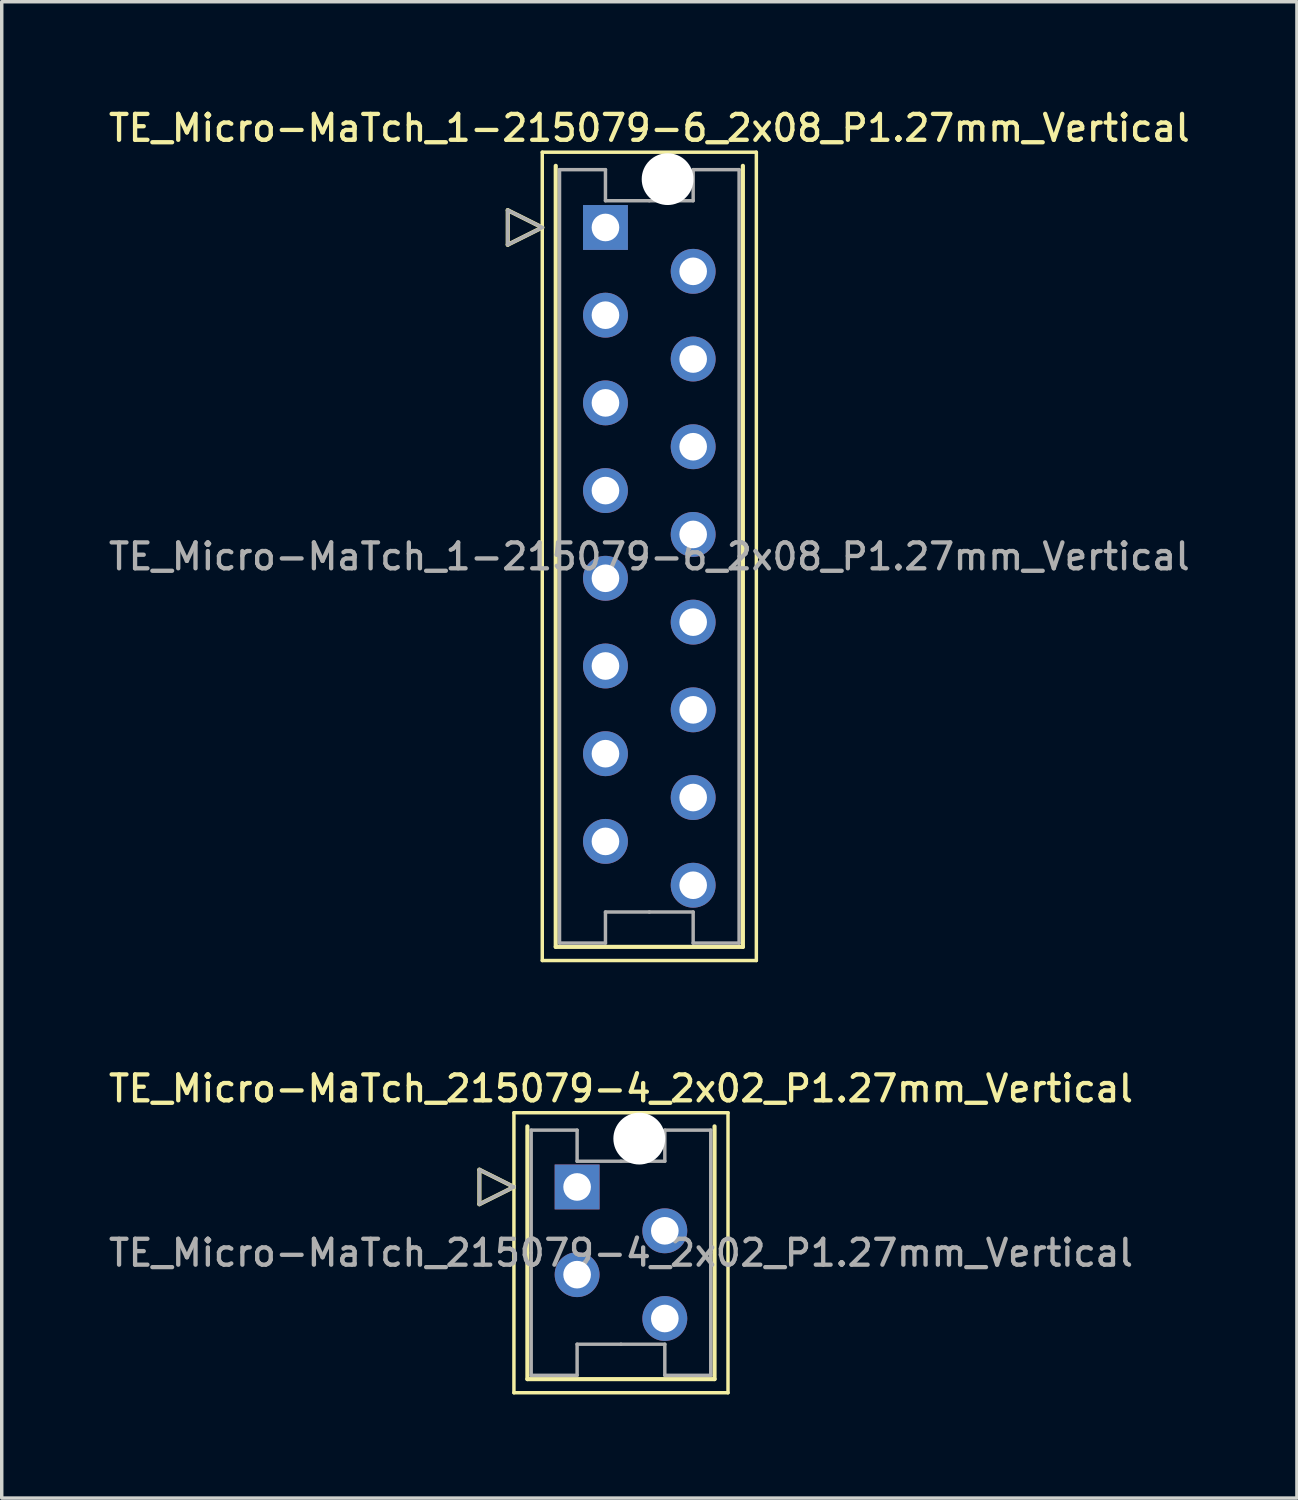
<source format=kicad_pcb>
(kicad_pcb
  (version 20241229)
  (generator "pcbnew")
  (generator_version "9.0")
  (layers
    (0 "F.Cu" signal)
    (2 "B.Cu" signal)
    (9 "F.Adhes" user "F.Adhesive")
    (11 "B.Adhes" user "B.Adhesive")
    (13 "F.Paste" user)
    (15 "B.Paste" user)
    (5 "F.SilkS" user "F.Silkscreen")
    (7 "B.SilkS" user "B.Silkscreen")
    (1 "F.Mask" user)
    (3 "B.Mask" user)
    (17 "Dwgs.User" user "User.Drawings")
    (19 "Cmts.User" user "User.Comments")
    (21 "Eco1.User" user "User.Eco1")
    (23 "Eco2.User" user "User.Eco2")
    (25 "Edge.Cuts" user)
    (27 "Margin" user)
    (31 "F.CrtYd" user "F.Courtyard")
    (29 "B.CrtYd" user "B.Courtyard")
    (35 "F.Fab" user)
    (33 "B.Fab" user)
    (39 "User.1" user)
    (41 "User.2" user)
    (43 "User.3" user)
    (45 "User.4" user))
  (footprint "TE_Micro-MaTch_1-215079-6_2x08_P1.27mm_Vertical"
    (layer "F.Cu")
    (at 14.485 3.538)
    (property "Reference" "TE_Micro-MaTch_1-215079-6_2x08_P1.27mm_Vertical" (at 1.27 -2.88 0) (layer "F.SilkS") (effects (font (size 0.75 0.75) (thickness 0.125))))
    (attr through_hole)
    (fp_line (start -2.83 -0.5) (end -1.83 0) (stroke (width 0.12) (type solid)) (layer "F.SilkS"))
    (fp_line (start -2.83 0.5) (end -2.83 -0.5) (stroke (width 0.12) (type solid)) (layer "F.SilkS"))
    (fp_line (start -1.83 -2.18) (end -1.83 21.23) (stroke (width 0.1) (type solid)) (layer "F.SilkS"))
    (fp_line (start -1.83 0) (end -2.83 0.5) (stroke (width 0.12) (type solid)) (layer "F.SilkS"))
    (fp_line (start -1.83 21.23) (end 4.37 21.23) (stroke (width 0.1) (type solid)) (layer "F.SilkS"))
    (fp_line (start -1.44 -1.785) (end -1.44 20.835) (stroke (width 0.12) (type solid)) (layer "F.SilkS"))
    (fp_line (start -1.44 20.835) (end 3.98 20.835) (stroke (width 0.12) (type solid)) (layer "F.SilkS"))
    (fp_line (start 3.98 20.835) (end 3.98 -1.785) (stroke (width 0.12) (type solid)) (layer "F.SilkS"))
    (fp_line (start 4.37 -2.18) (end -1.83 -2.18) (stroke (width 0.1) (type solid)) (layer "F.SilkS"))
    (fp_line (start 4.37 21.23) (end 4.37 -2.18) (stroke (width 0.1) (type solid)) (layer "F.SilkS"))
    (fp_line (start -2.83 -0.5) (end -1.83 0) (stroke (width 0.1) (type solid)) (layer "F.Fab"))
    (fp_line (start -2.83 0.5) (end -2.83 -0.5) (stroke (width 0.1) (type solid)) (layer "F.Fab"))
    (fp_line (start -1.83 0) (end -2.83 0.5) (stroke (width 0.1) (type solid)) (layer "F.Fab"))
    (fp_line (start -1.33 -1.675) (end -1.33 9.525) (stroke (width 0.1) (type solid)) (layer "F.Fab"))
    (fp_line (start -1.33 20.725) (end -1.33 9.525) (stroke (width 0.1) (type solid)) (layer "F.Fab"))
    (fp_line (start 0 -1.675) (end -1.33 -1.675) (stroke (width 0.1) (type solid)) (layer "F.Fab"))
    (fp_line (start 0 -0.775) (end 0 -1.675) (stroke (width 0.1) (type solid)) (layer "F.Fab"))
    (fp_line (start 0 19.825) (end 0 20.725) (stroke (width 0.1) (type solid)) (layer "F.Fab"))
    (fp_line (start 0 20.725) (end -1.33 20.725) (stroke (width 0.1) (type solid)) (layer "F.Fab"))
    (fp_line (start 1.27 -0.775) (end 0 -0.775) (stroke (width 0.1) (type solid)) (layer "F.Fab"))
    (fp_line (start 1.27 -0.775) (end 2.54 -0.775) (stroke (width 0.1) (type solid)) (layer "F.Fab"))
    (fp_line (start 1.27 19.825) (end 0 19.825) (stroke (width 0.1) (type solid)) (layer "F.Fab"))
    (fp_line (start 1.27 19.825) (end 2.54 19.825) (stroke (width 0.1) (type solid)) (layer "F.Fab"))
    (fp_line (start 2.54 -1.675) (end 3.87 -1.675) (stroke (width 0.1) (type solid)) (layer "F.Fab"))
    (fp_line (start 2.54 -0.775) (end 2.54 -1.675) (stroke (width 0.1) (type solid)) (layer "F.Fab"))
    (fp_line (start 2.54 19.825) (end 2.54 20.725) (stroke (width 0.1) (type solid)) (layer "F.Fab"))
    (fp_line (start 2.54 20.725) (end 3.87 20.725) (stroke (width 0.1) (type solid)) (layer "F.Fab"))
    (fp_line (start 3.87 -1.675) (end 3.87 9.525) (stroke (width 0.1) (type solid)) (layer "F.Fab"))
    (fp_line (start 3.87 20.725) (end 3.87 9.525) (stroke (width 0.1) (type solid)) (layer "F.Fab"))
    (fp_text user "${REFERENCE}" (at 1.27 9.53 0) (layer "F.Fab") (effects (font (size 0.75 0.75) (thickness 0.125))))
    (pad "" np_thru_hole circle (at 1.8 -1.4) (size 1.5 1.5) (drill 1.5) (layers "*.Cu" "*.Mask"))
    (pad "1" thru_hole rect (at 0 0) (size 1.3 1.3) (drill 0.8) (layers "*.Cu" "*.Mask"))
    (pad "2" thru_hole circle (at 2.54 1.27) (size 1.3 1.3) (drill 0.8) (layers "*.Cu" "*.Mask"))
    (pad "3" thru_hole circle (at 0 2.54) (size 1.3 1.3) (drill 0.8) (layers "*.Cu" "*.Mask"))
    (pad "4" thru_hole circle (at 2.54 3.81) (size 1.3 1.3) (drill 0.8) (layers "*.Cu" "*.Mask"))
    (pad "5" thru_hole circle (at 0 5.08) (size 1.3 1.3) (drill 0.8) (layers "*.Cu" "*.Mask"))
    (pad "6" thru_hole circle (at 2.54 6.35) (size 1.3 1.3) (drill 0.8) (layers "*.Cu" "*.Mask"))
    (pad "7" thru_hole circle (at 0 7.62) (size 1.3 1.3) (drill 0.8) (layers "*.Cu" "*.Mask"))
    (pad "8" thru_hole circle (at 2.54 8.89) (size 1.3 1.3) (drill 0.8) (layers "*.Cu" "*.Mask"))
    (pad "9" thru_hole circle (at 0 10.16) (size 1.3 1.3) (drill 0.8) (layers "*.Cu" "*.Mask"))
    (pad "10" thru_hole circle (at 2.54 11.43) (size 1.3 1.3) (drill 0.8) (layers "*.Cu" "*.Mask"))
    (pad "11" thru_hole circle (at 0 12.7) (size 1.3 1.3) (drill 0.8) (layers "*.Cu" "*.Mask"))
    (pad "12" thru_hole circle (at 2.54 13.97) (size 1.3 1.3) (drill 0.8) (layers "*.Cu" "*.Mask"))
    (pad "13" thru_hole circle (at 0 15.24) (size 1.3 1.3) (drill 0.8) (layers "*.Cu" "*.Mask"))
    (pad "14" thru_hole circle (at 2.54 16.51) (size 1.3 1.3) (drill 0.8) (layers "*.Cu" "*.Mask"))
    (pad "15" thru_hole circle (at 0 17.78) (size 1.3 1.3) (drill 0.8) (layers "*.Cu" "*.Mask"))
    (pad "16" thru_hole circle (at 2.54 19.05) (size 1.3 1.3) (drill 0.8) (layers "*.Cu" "*.Mask")))
  (footprint "TE_Micro-MaTch_215079-4_2x02_P1.27mm_Vertical"
    (layer "F.Cu")
    (at 13.664 31.326)
    (property "Reference" "TE_Micro-MaTch_215079-4_2x02_P1.27mm_Vertical" (at 1.27 -2.85 0) (layer "F.SilkS") (effects (font (size 0.75 0.75) (thickness 0.125))))
    (attr through_hole)
    (fp_line (start -2.83 -0.5) (end -1.83 0) (stroke (width 0.12) (type solid)) (layer "F.SilkS"))
    (fp_line (start -2.83 0.5) (end -2.83 -0.5) (stroke (width 0.12) (type solid)) (layer "F.SilkS"))
    (fp_line (start -1.83 -2.15) (end -1.83 5.96) (stroke (width 0.1) (type solid)) (layer "F.SilkS"))
    (fp_line (start -1.83 0) (end -2.83 0.5) (stroke (width 0.12) (type solid)) (layer "F.SilkS"))
    (fp_line (start -1.83 5.96) (end 4.37 5.96) (stroke (width 0.1) (type solid)) (layer "F.SilkS"))
    (fp_line (start -1.44 -1.755) (end -1.44 5.565) (stroke (width 0.12) (type solid)) (layer "F.SilkS"))
    (fp_line (start -1.44 5.565) (end 3.98 5.565) (stroke (width 0.12) (type solid)) (layer "F.SilkS"))
    (fp_line (start 3.98 5.565) (end 3.98 -1.755) (stroke (width 0.12) (type solid)) (layer "F.SilkS"))
    (fp_line (start 4.37 -2.15) (end -1.83 -2.15) (stroke (width 0.1) (type solid)) (layer "F.SilkS"))
    (fp_line (start 4.37 5.96) (end 4.37 -2.15) (stroke (width 0.1) (type solid)) (layer "F.SilkS"))
    (fp_line (start -2.83 -0.5) (end -1.83 0) (stroke (width 0.1) (type solid)) (layer "F.Fab"))
    (fp_line (start -2.83 0.5) (end -2.83 -0.5) (stroke (width 0.1) (type solid)) (layer "F.Fab"))
    (fp_line (start -1.83 0) (end -2.83 0.5) (stroke (width 0.1) (type solid)) (layer "F.Fab"))
    (fp_line (start -1.33 -1.645) (end -1.33 1.905) (stroke (width 0.1) (type solid)) (layer "F.Fab"))
    (fp_line (start -1.33 5.455) (end -1.33 1.905) (stroke (width 0.1) (type solid)) (layer "F.Fab"))
    (fp_line (start 0 -1.645) (end -1.33 -1.645) (stroke (width 0.1) (type solid)) (layer "F.Fab"))
    (fp_line (start 0 -0.745) (end 0 -1.645) (stroke (width 0.1) (type solid)) (layer "F.Fab"))
    (fp_line (start 0 4.555) (end 0 5.455) (stroke (width 0.1) (type solid)) (layer "F.Fab"))
    (fp_line (start 0 5.455) (end -1.33 5.455) (stroke (width 0.1) (type solid)) (layer "F.Fab"))
    (fp_line (start 1.27 -0.745) (end 0 -0.745) (stroke (width 0.1) (type solid)) (layer "F.Fab"))
    (fp_line (start 1.27 -0.745) (end 2.54 -0.745) (stroke (width 0.1) (type solid)) (layer "F.Fab"))
    (fp_line (start 1.27 4.555) (end 0 4.555) (stroke (width 0.1) (type solid)) (layer "F.Fab"))
    (fp_line (start 1.27 4.555) (end 2.54 4.555) (stroke (width 0.1) (type solid)) (layer "F.Fab"))
    (fp_line (start 2.54 -1.645) (end 3.87 -1.645) (stroke (width 0.1) (type solid)) (layer "F.Fab"))
    (fp_line (start 2.54 -0.745) (end 2.54 -1.645) (stroke (width 0.1) (type solid)) (layer "F.Fab"))
    (fp_line (start 2.54 4.555) (end 2.54 5.455) (stroke (width 0.1) (type solid)) (layer "F.Fab"))
    (fp_line (start 2.54 5.455) (end 3.87 5.455) (stroke (width 0.1) (type solid)) (layer "F.Fab"))
    (fp_line (start 3.87 -1.645) (end 3.87 1.905) (stroke (width 0.1) (type solid)) (layer "F.Fab"))
    (fp_line (start 3.87 5.455) (end 3.87 1.905) (stroke (width 0.1) (type solid)) (layer "F.Fab"))
    (fp_text user "${REFERENCE}" (at 1.27 1.91 0) (layer "F.Fab") (effects (font (size 0.75 0.75) (thickness 0.125))))
    (pad "" np_thru_hole circle (at 1.8 -1.4) (size 1.5 1.5) (drill 1.5) (layers "*.Cu" "*.Mask"))
    (pad "1" thru_hole rect (at 0 0) (size 1.3 1.3) (drill 0.8) (layers "*.Cu" "*.Mask"))
    (pad "2" thru_hole circle (at 2.54 1.27) (size 1.3 1.3) (drill 0.8) (layers "*.Cu" "*.Mask"))
    (pad "3" thru_hole circle (at 0 2.54) (size 1.3 1.3) (drill 0.8) (layers "*.Cu" "*.Mask"))
    (pad "4" thru_hole circle (at 2.54 3.81) (size 1.3 1.3) (drill 0.8) (layers "*.Cu" "*.Mask")))
  (gr_rect
    (start -3 -3)
    (end 34.511 40.336)
    (stroke (width 0.1) (type default))
    (fill no)
    (layer "Edge.Cuts")))
</source>
